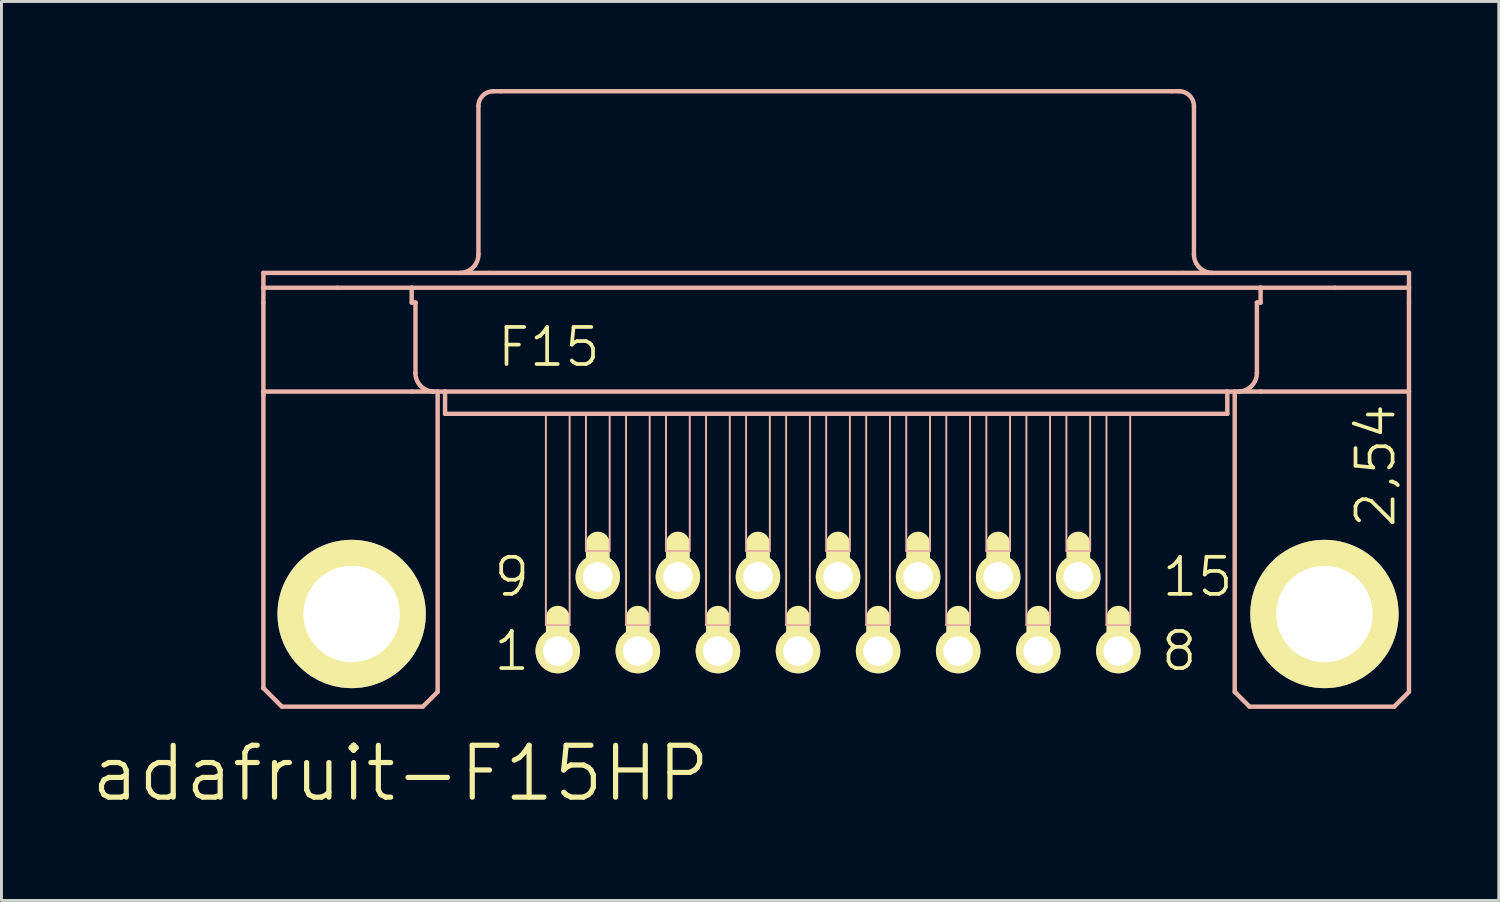
<source format=kicad_pcb>
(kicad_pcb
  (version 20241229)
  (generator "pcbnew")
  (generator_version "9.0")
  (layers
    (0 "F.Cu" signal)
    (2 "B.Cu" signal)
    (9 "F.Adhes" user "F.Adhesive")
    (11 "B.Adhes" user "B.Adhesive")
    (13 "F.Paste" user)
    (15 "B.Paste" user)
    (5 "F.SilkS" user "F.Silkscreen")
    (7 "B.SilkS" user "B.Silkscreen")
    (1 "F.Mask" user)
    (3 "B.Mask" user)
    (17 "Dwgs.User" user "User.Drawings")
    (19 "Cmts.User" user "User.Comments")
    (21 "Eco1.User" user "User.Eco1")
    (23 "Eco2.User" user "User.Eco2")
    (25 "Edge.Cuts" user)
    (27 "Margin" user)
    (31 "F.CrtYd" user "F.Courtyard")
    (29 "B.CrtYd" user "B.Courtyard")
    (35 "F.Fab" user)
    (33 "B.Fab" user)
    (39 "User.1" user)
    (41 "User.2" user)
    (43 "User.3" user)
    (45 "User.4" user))
  (footprint "adafruit-F15HP"
    (layer "F.Cu")
    (at 25.658 17.983)
    (property "Reference" "adafruit-F15HP" (at -14.986 5.461 0) (layer "F.SilkS") (effects (font (size 1.778 1.778) (thickness 0.178))))
    (attr exclude_from_pos_files exclude_from_bom)
    (fp_line (start -9.601 1.143) (end -9.601 0.127) (stroke (width 0.813) (type solid)) (layer "F.SilkS"))
    (fp_line (start -8.23 -1.397) (end -8.23 -2.413) (stroke (width 0.813) (type solid)) (layer "F.SilkS"))
    (fp_line (start -6.858 1.143) (end -6.858 0.127) (stroke (width 0.813) (type solid)) (layer "F.SilkS"))
    (fp_line (start -5.486 -1.397) (end -5.486 -2.413) (stroke (width 0.813) (type solid)) (layer "F.SilkS"))
    (fp_line (start -4.115 1.143) (end -4.115 0.127) (stroke (width 0.813) (type solid)) (layer "F.SilkS"))
    (fp_line (start -2.743 -1.397) (end -2.743 -2.413) (stroke (width 0.813) (type solid)) (layer "F.SilkS"))
    (fp_line (start -1.372 1.143) (end -1.372 0.127) (stroke (width 0.813) (type solid)) (layer "F.SilkS"))
    (fp_line (start 0 -1.397) (end 0 -2.413) (stroke (width 0.813) (type solid)) (layer "F.SilkS"))
    (fp_line (start 1.372 1.143) (end 1.372 0.127) (stroke (width 0.813) (type solid)) (layer "F.SilkS"))
    (fp_line (start 2.743 -1.397) (end 2.743 -2.413) (stroke (width 0.813) (type solid)) (layer "F.SilkS"))
    (fp_line (start 4.115 1.143) (end 4.115 0.127) (stroke (width 0.813) (type solid)) (layer "F.SilkS"))
    (fp_line (start 5.486 -1.397) (end 5.486 -2.413) (stroke (width 0.813) (type solid)) (layer "F.SilkS"))
    (fp_line (start 6.858 1.143) (end 6.858 0.127) (stroke (width 0.813) (type solid)) (layer "F.SilkS"))
    (fp_line (start 8.23 -1.397) (end 8.23 -2.413) (stroke (width 0.813) (type solid)) (layer "F.SilkS"))
    (fp_line (start 9.601 1.143) (end 9.601 0.127) (stroke (width 0.813) (type solid)) (layer "F.SilkS"))
    (fp_line (start -19.685 -11.684) (end -11.938 -11.684) (stroke (width 0.152) (type solid)) (layer "B.SilkS"))
    (fp_line (start -19.685 -11.684) (end 19.558 -11.684) (stroke (width 0.066) (type solid)) (layer "B.SilkS"))
    (fp_line (start -19.685 -11.176) (end -19.685 -11.684) (stroke (width 0.066) (type solid)) (layer "B.SilkS"))
    (fp_line (start -19.685 -11.176) (end -19.685 -11.684) (stroke (width 0.152) (type solid)) (layer "B.SilkS"))
    (fp_line (start -19.685 -11.176) (end -17.145 -11.176) (stroke (width 0.152) (type solid)) (layer "B.SilkS"))
    (fp_line (start -19.685 -11.176) (end 19.558 -11.176) (stroke (width 0.066) (type solid)) (layer "B.SilkS"))
    (fp_line (start -19.685 -10.668) (end -19.685 -11.176) (stroke (width 0.152) (type solid)) (layer "B.SilkS"))
    (fp_line (start -19.685 -7.62) (end -19.685 -10.668) (stroke (width 0.152) (type solid)) (layer "B.SilkS"))
    (fp_line (start -19.685 -7.62) (end -19.685 -7.493) (stroke (width 0.152) (type solid)) (layer "B.SilkS"))
    (fp_line (start -19.685 -7.62) (end -14.605 -7.62) (stroke (width 0.152) (type solid)) (layer "B.SilkS"))
    (fp_line (start -19.685 2.54) (end -19.685 -7.493) (stroke (width 0.152) (type solid)) (layer "B.SilkS"))
    (fp_line (start -19.05 3.175) (end -19.685 2.54) (stroke (width 0.152) (type solid)) (layer "B.SilkS"))
    (fp_line (start -17.145 -11.176) (end -14.605 -11.176) (stroke (width 0.152) (type solid)) (layer "B.SilkS"))
    (fp_line (start -14.605 -11.176) (end 14.475 -11.176) (stroke (width 0.152) (type solid)) (layer "B.SilkS"))
    (fp_line (start -14.605 -10.668) (end -14.605 -11.176) (stroke (width 0.152) (type solid)) (layer "B.SilkS"))
    (fp_line (start -14.605 -10.668) (end -14.475 -10.668) (stroke (width 0.152) (type solid)) (layer "B.SilkS"))
    (fp_line (start -14.605 -7.62) (end -13.716 -7.62) (stroke (width 0.152) (type solid)) (layer "B.SilkS"))
    (fp_line (start -14.475 -8.255) (end -14.475 -10.668) (stroke (width 0.152) (type solid)) (layer "B.SilkS"))
    (fp_line (start -14.224 3.175) (end -19.05 3.175) (stroke (width 0.152) (type solid)) (layer "B.SilkS"))
    (fp_line (start -14.224 3.175) (end -13.716 2.667) (stroke (width 0.152) (type solid)) (layer "B.SilkS"))
    (fp_line (start -13.716 -7.62) (end -13.462 -7.62) (stroke (width 0.152) (type solid)) (layer "B.SilkS"))
    (fp_line (start -13.716 2.667) (end -13.716 -7.62) (stroke (width 0.152) (type solid)) (layer "B.SilkS"))
    (fp_line (start -13.462 -7.62) (end -13.462 -6.858) (stroke (width 0.152) (type solid)) (layer "B.SilkS"))
    (fp_line (start -13.462 -7.62) (end 13.335 -7.62) (stroke (width 0.066) (type solid)) (layer "B.SilkS"))
    (fp_line (start -13.462 -7.62) (end 13.335 -7.62) (stroke (width 0.152) (type solid)) (layer "B.SilkS"))
    (fp_line (start -13.462 -6.858) (end -13.462 -7.62) (stroke (width 0.066) (type solid)) (layer "B.SilkS"))
    (fp_line (start -13.462 -6.858) (end 13.335 -6.858) (stroke (width 0.066) (type solid)) (layer "B.SilkS"))
    (fp_line (start -13.462 -6.858) (end 13.335 -6.858) (stroke (width 0.152) (type solid)) (layer "B.SilkS"))
    (fp_line (start -12.319 -12.319) (end -12.319 -17.399) (stroke (width 0.152) (type solid)) (layer "B.SilkS"))
    (fp_line (start -11.938 -11.684) (end 11.811 -11.684) (stroke (width 0.152) (type solid)) (layer "B.SilkS"))
    (fp_line (start -11.811 -17.907) (end -11.557 -17.907) (stroke (width 0.152) (type solid)) (layer "B.SilkS"))
    (fp_line (start -11.557 -17.907) (end 11.43 -17.907) (stroke (width 0.152) (type solid)) (layer "B.SilkS"))
    (fp_line (start -10.008 -6.858) (end -9.195 -6.858) (stroke (width 0.066) (type solid)) (layer "B.SilkS"))
    (fp_line (start -10.008 0.381) (end -10.008 -6.858) (stroke (width 0.066) (type solid)) (layer "B.SilkS"))
    (fp_line (start -10.008 0.381) (end -9.195 0.381) (stroke (width 0.066) (type solid)) (layer "B.SilkS"))
    (fp_line (start -9.195 0.381) (end -9.195 -6.858) (stroke (width 0.066) (type solid)) (layer "B.SilkS"))
    (fp_line (start -8.636 -6.858) (end -7.823 -6.858) (stroke (width 0.066) (type solid)) (layer "B.SilkS"))
    (fp_line (start -8.636 -2.159) (end -8.636 -6.858) (stroke (width 0.066) (type solid)) (layer "B.SilkS"))
    (fp_line (start -8.636 -2.159) (end -7.823 -2.159) (stroke (width 0.066) (type solid)) (layer "B.SilkS"))
    (fp_line (start -7.823 -2.159) (end -7.823 -6.858) (stroke (width 0.066) (type solid)) (layer "B.SilkS"))
    (fp_line (start -7.262 -6.858) (end -6.452 -6.858) (stroke (width 0.066) (type solid)) (layer "B.SilkS"))
    (fp_line (start -7.262 0.381) (end -7.262 -6.858) (stroke (width 0.066) (type solid)) (layer "B.SilkS"))
    (fp_line (start -7.262 0.381) (end -6.452 0.381) (stroke (width 0.066) (type solid)) (layer "B.SilkS"))
    (fp_line (start -6.452 0.381) (end -6.452 -6.858) (stroke (width 0.066) (type solid)) (layer "B.SilkS"))
    (fp_line (start -5.893 -6.858) (end -5.08 -6.858) (stroke (width 0.066) (type solid)) (layer "B.SilkS"))
    (fp_line (start -5.893 -2.159) (end -5.893 -6.858) (stroke (width 0.066) (type solid)) (layer "B.SilkS"))
    (fp_line (start -5.893 -2.159) (end -5.08 -2.159) (stroke (width 0.066) (type solid)) (layer "B.SilkS"))
    (fp_line (start -5.08 -2.159) (end -5.08 -6.858) (stroke (width 0.066) (type solid)) (layer "B.SilkS"))
    (fp_line (start -4.521 -6.858) (end -3.708 -6.858) (stroke (width 0.066) (type solid)) (layer "B.SilkS"))
    (fp_line (start -4.521 0.381) (end -4.521 -6.858) (stroke (width 0.066) (type solid)) (layer "B.SilkS"))
    (fp_line (start -4.521 0.381) (end -3.708 0.381) (stroke (width 0.066) (type solid)) (layer "B.SilkS"))
    (fp_line (start -3.708 0.381) (end -3.708 -6.858) (stroke (width 0.066) (type solid)) (layer "B.SilkS"))
    (fp_line (start -3.15 -6.858) (end -2.337 -6.858) (stroke (width 0.066) (type solid)) (layer "B.SilkS"))
    (fp_line (start -3.15 -2.159) (end -3.15 -6.858) (stroke (width 0.066) (type solid)) (layer "B.SilkS"))
    (fp_line (start -3.15 -2.159) (end -2.337 -2.159) (stroke (width 0.066) (type solid)) (layer "B.SilkS"))
    (fp_line (start -2.337 -2.159) (end -2.337 -6.858) (stroke (width 0.066) (type solid)) (layer "B.SilkS"))
    (fp_line (start -1.778 -6.858) (end -0.965 -6.858) (stroke (width 0.066) (type solid)) (layer "B.SilkS"))
    (fp_line (start -1.778 0.381) (end -1.778 -6.858) (stroke (width 0.066) (type solid)) (layer "B.SilkS"))
    (fp_line (start -1.778 0.381) (end -0.965 0.381) (stroke (width 0.066) (type solid)) (layer "B.SilkS"))
    (fp_line (start -0.965 0.381) (end -0.965 -6.858) (stroke (width 0.066) (type solid)) (layer "B.SilkS"))
    (fp_line (start -0.406 -6.858) (end 0.406 -6.858) (stroke (width 0.066) (type solid)) (layer "B.SilkS"))
    (fp_line (start -0.406 -2.159) (end -0.406 -6.858) (stroke (width 0.066) (type solid)) (layer "B.SilkS"))
    (fp_line (start -0.406 -2.159) (end 0.406 -2.159) (stroke (width 0.066) (type solid)) (layer "B.SilkS"))
    (fp_line (start 0.406 -2.159) (end 0.406 -6.858) (stroke (width 0.066) (type solid)) (layer "B.SilkS"))
    (fp_line (start 0.965 -6.858) (end 1.778 -6.858) (stroke (width 0.066) (type solid)) (layer "B.SilkS"))
    (fp_line (start 0.965 0.381) (end 0.965 -6.858) (stroke (width 0.066) (type solid)) (layer "B.SilkS"))
    (fp_line (start 0.965 0.381) (end 1.778 0.381) (stroke (width 0.066) (type solid)) (layer "B.SilkS"))
    (fp_line (start 1.778 0.381) (end 1.778 -6.858) (stroke (width 0.066) (type solid)) (layer "B.SilkS"))
    (fp_line (start 2.337 -6.858) (end 3.15 -6.858) (stroke (width 0.066) (type solid)) (layer "B.SilkS"))
    (fp_line (start 2.337 -2.159) (end 2.337 -6.858) (stroke (width 0.066) (type solid)) (layer "B.SilkS"))
    (fp_line (start 2.337 -2.159) (end 3.15 -2.159) (stroke (width 0.066) (type solid)) (layer "B.SilkS"))
    (fp_line (start 3.15 -2.159) (end 3.15 -6.858) (stroke (width 0.066) (type solid)) (layer "B.SilkS"))
    (fp_line (start 3.708 -6.858) (end 4.521 -6.858) (stroke (width 0.066) (type solid)) (layer "B.SilkS"))
    (fp_line (start 3.708 0.381) (end 3.708 -6.858) (stroke (width 0.066) (type solid)) (layer "B.SilkS"))
    (fp_line (start 3.708 0.381) (end 4.521 0.381) (stroke (width 0.066) (type solid)) (layer "B.SilkS"))
    (fp_line (start 4.521 0.381) (end 4.521 -6.858) (stroke (width 0.066) (type solid)) (layer "B.SilkS"))
    (fp_line (start 5.08 -6.858) (end 5.893 -6.858) (stroke (width 0.066) (type solid)) (layer "B.SilkS"))
    (fp_line (start 5.08 -2.159) (end 5.08 -6.858) (stroke (width 0.066) (type solid)) (layer "B.SilkS"))
    (fp_line (start 5.08 -2.159) (end 5.893 -2.159) (stroke (width 0.066) (type solid)) (layer "B.SilkS"))
    (fp_line (start 5.893 -2.159) (end 5.893 -6.858) (stroke (width 0.066) (type solid)) (layer "B.SilkS"))
    (fp_line (start 6.452 -6.858) (end 7.262 -6.858) (stroke (width 0.066) (type solid)) (layer "B.SilkS"))
    (fp_line (start 6.452 0.381) (end 6.452 -6.858) (stroke (width 0.066) (type solid)) (layer "B.SilkS"))
    (fp_line (start 6.452 0.381) (end 7.262 0.381) (stroke (width 0.066) (type solid)) (layer "B.SilkS"))
    (fp_line (start 7.262 0.381) (end 7.262 -6.858) (stroke (width 0.066) (type solid)) (layer "B.SilkS"))
    (fp_line (start 7.823 -6.858) (end 8.636 -6.858) (stroke (width 0.066) (type solid)) (layer "B.SilkS"))
    (fp_line (start 7.823 -2.159) (end 7.823 -6.858) (stroke (width 0.066) (type solid)) (layer "B.SilkS"))
    (fp_line (start 7.823 -2.159) (end 8.636 -2.159) (stroke (width 0.066) (type solid)) (layer "B.SilkS"))
    (fp_line (start 8.636 -2.159) (end 8.636 -6.858) (stroke (width 0.066) (type solid)) (layer "B.SilkS"))
    (fp_line (start 9.195 -6.858) (end 10.008 -6.858) (stroke (width 0.066) (type solid)) (layer "B.SilkS"))
    (fp_line (start 9.195 0.381) (end 9.195 -6.858) (stroke (width 0.066) (type solid)) (layer "B.SilkS"))
    (fp_line (start 9.195 0.381) (end 10.008 0.381) (stroke (width 0.066) (type solid)) (layer "B.SilkS"))
    (fp_line (start 10.008 0.381) (end 10.008 -6.858) (stroke (width 0.066) (type solid)) (layer "B.SilkS"))
    (fp_line (start 11.43 -17.907) (end 11.684 -17.907) (stroke (width 0.152) (type solid)) (layer "B.SilkS"))
    (fp_line (start 11.811 -11.684) (end 19.558 -11.684) (stroke (width 0.152) (type solid)) (layer "B.SilkS"))
    (fp_line (start 12.192 -12.319) (end 12.192 -17.399) (stroke (width 0.152) (type solid)) (layer "B.SilkS"))
    (fp_line (start 13.335 -7.62) (end 13.335 -6.858) (stroke (width 0.152) (type solid)) (layer "B.SilkS"))
    (fp_line (start 13.335 -7.62) (end 13.589 -7.62) (stroke (width 0.152) (type solid)) (layer "B.SilkS"))
    (fp_line (start 13.335 -6.858) (end 13.335 -7.62) (stroke (width 0.066) (type solid)) (layer "B.SilkS"))
    (fp_line (start 13.589 -7.62) (end 14.475 -7.62) (stroke (width 0.152) (type solid)) (layer "B.SilkS"))
    (fp_line (start 13.589 2.667) (end 13.589 -7.62) (stroke (width 0.152) (type solid)) (layer "B.SilkS"))
    (fp_line (start 13.589 2.667) (end 14.097 3.175) (stroke (width 0.152) (type solid)) (layer "B.SilkS"))
    (fp_line (start 14.097 3.175) (end 19.05 3.175) (stroke (width 0.152) (type solid)) (layer "B.SilkS"))
    (fp_line (start 14.348 -10.668) (end 14.475 -10.668) (stroke (width 0.152) (type solid)) (layer "B.SilkS"))
    (fp_line (start 14.348 -8.255) (end 14.348 -10.668) (stroke (width 0.152) (type solid)) (layer "B.SilkS"))
    (fp_line (start 14.475 -11.176) (end 17.018 -11.176) (stroke (width 0.152) (type solid)) (layer "B.SilkS"))
    (fp_line (start 14.475 -10.668) (end 14.475 -11.176) (stroke (width 0.152) (type solid)) (layer "B.SilkS"))
    (fp_line (start 14.475 -7.62) (end 19.558 -7.62) (stroke (width 0.152) (type solid)) (layer "B.SilkS"))
    (fp_line (start 17.018 -11.176) (end 19.558 -11.176) (stroke (width 0.152) (type solid)) (layer "B.SilkS"))
    (fp_line (start 19.05 3.175) (end 19.558 2.667) (stroke (width 0.152) (type solid)) (layer "B.SilkS"))
    (fp_line (start 19.558 -11.684) (end 19.558 -11.176) (stroke (width 0.152) (type solid)) (layer "B.SilkS"))
    (fp_line (start 19.558 -11.176) (end 19.558 -11.684) (stroke (width 0.066) (type solid)) (layer "B.SilkS"))
    (fp_line (start 19.558 -11.176) (end 19.558 -10.668) (stroke (width 0.152) (type solid)) (layer "B.SilkS"))
    (fp_line (start 19.558 -10.668) (end 19.558 -7.62) (stroke (width 0.152) (type solid)) (layer "B.SilkS"))
    (fp_line (start 19.558 -7.62) (end 19.558 -7.493) (stroke (width 0.152) (type solid)) (layer "B.SilkS"))
    (fp_line (start 19.558 2.667) (end 19.558 -7.493) (stroke (width 0.152) (type solid)) (layer "B.SilkS"))
    (fp_arc (start -13.843 -7.62) (mid -14.292013 -7.805987) (end -14.478 -8.255) (stroke (width 0.1524) (type solid)) (layer "B.SilkS"))
    (fp_arc (start -12.319 -17.399) (mid -12.17021 -17.75821) (end -11.811 -17.907) (stroke (width 0.1524) (type solid)) (layer "B.SilkS"))
    (fp_arc (start -12.319 -12.319) (mid -12.504987 -11.869987) (end -12.954 -11.684) (stroke (width 0.1524) (type solid)) (layer "B.SilkS"))
    (fp_arc (start 11.684 -17.907) (mid 12.04321 -17.75821) (end 12.192 -17.399) (stroke (width 0.1524) (type solid)) (layer "B.SilkS"))
    (fp_arc (start 12.827 -11.684) (mid 12.377987 -11.869987) (end 12.192 -12.319) (stroke (width 0.1524) (type solid)) (layer "B.SilkS"))
    (fp_arc (start 14.34846 -8.255) (mid 14.163217 -7.807783) (end 13.716 -7.62254) (stroke (width 0.1524) (type solid)) (layer "B.SilkS"))
    (fp_circle (center -16.662 0) (end -17.488 0.826) (stroke (width 0.076) (type solid)) (fill no) (layer "B.SilkS"))
    (fp_circle (center 16.662 0) (end 17.488 0.826) (stroke (width 0.076) (type solid)) (fill no) (layer "B.SilkS"))
    (fp_text user "9" (at -11.176 -1.27 0) (layer "F.SilkS") (effects (font (size 1.27 1.27) (thickness 0.127))))
    (fp_text user "F15" (at -9.906 -9.144 0) (layer "F.SilkS") (effects (font (size 1.27 1.27) (thickness 0.127))))
    (fp_text user "1" (at -11.176 1.27 0) (layer "F.SilkS") (effects (font (size 1.27 1.27) (thickness 0.127))))
    (fp_text user "15" (at 12.319 -1.27 0) (layer "F.SilkS") (effects (font (size 1.27 1.27) (thickness 0.127))))
    (fp_text user "8" (at 11.684 1.27 0) (layer "F.SilkS") (effects (font (size 1.27 1.27) (thickness 0.127))))
    (fp_text user "2,54" (at 18.415 -5.08 90) (layer "F.SilkS") (effects (font (size 1.27 1.27) (thickness 0.127))))
    (pad "1" thru_hole circle (at -9.601 1.27) (size 1.524 1.524) (drill 1.016) (layers "*.Cu" "F.Mask" "F.SilkS" "F.Paste"))
    (pad "2" thru_hole circle (at -6.858 1.27) (size 1.524 1.524) (drill 1.016) (layers "*.Cu" "F.Mask" "F.SilkS" "F.Paste"))
    (pad "3" thru_hole circle (at -4.115 1.27) (size 1.524 1.524) (drill 1.016) (layers "*.Cu" "F.Mask" "F.SilkS" "F.Paste"))
    (pad "4" thru_hole circle (at -1.372 1.27) (size 1.524 1.524) (drill 1.016) (layers "*.Cu" "F.Mask" "F.SilkS" "F.Paste"))
    (pad "5" thru_hole circle (at 1.372 1.27) (size 1.524 1.524) (drill 1.016) (layers "*.Cu" "F.Mask" "F.SilkS" "F.Paste"))
    (pad "6" thru_hole circle (at 4.115 1.27) (size 1.524 1.524) (drill 1.016) (layers "*.Cu" "F.Mask" "F.SilkS" "F.Paste"))
    (pad "7" thru_hole circle (at 6.858 1.27) (size 1.524 1.524) (drill 1.016) (layers "*.Cu" "F.Mask" "F.SilkS" "F.Paste"))
    (pad "8" thru_hole circle (at 9.601 1.27) (size 1.524 1.524) (drill 1.016) (layers "*.Cu" "F.Mask" "F.SilkS" "F.Paste"))
    (pad "9" thru_hole circle (at -8.23 -1.27) (size 1.524 1.524) (drill 1.016) (layers "*.Cu" "F.Mask" "F.SilkS" "F.Paste"))
    (pad "10" thru_hole circle (at -5.486 -1.27) (size 1.524 1.524) (drill 1.016) (layers "*.Cu" "F.Mask" "F.SilkS" "F.Paste"))
    (pad "11" thru_hole circle (at -2.743 -1.27) (size 1.524 1.524) (drill 1.016) (layers "*.Cu" "F.Mask" "F.SilkS" "F.Paste"))
    (pad "12" thru_hole circle (at 0 -1.27) (size 1.524 1.524) (drill 1.016) (layers "*.Cu" "F.Mask" "F.SilkS" "F.Paste"))
    (pad "13" thru_hole circle (at 2.743 -1.27) (size 1.524 1.524) (drill 1.016) (layers "*.Cu" "F.Mask" "F.SilkS" "F.Paste"))
    (pad "14" thru_hole circle (at 5.486 -1.27) (size 1.524 1.524) (drill 1.016) (layers "*.Cu" "F.Mask" "F.SilkS" "F.Paste"))
    (pad "15" thru_hole circle (at 8.23 -1.27) (size 1.524 1.524) (drill 1.016) (layers "*.Cu" "F.Mask" "F.SilkS" "F.Paste"))
    (pad "G1" thru_hole circle (at -16.662 0) (size 5.08 5.08) (drill 3.302) (layers "*.Cu" "F.Mask" "F.SilkS" "F.Paste"))
    (pad "G2" thru_hole circle (at 16.662 0) (size 5.08 5.08) (drill 3.302) (layers "*.Cu" "F.Mask" "F.SilkS" "F.Paste")))
  (gr_rect
    (start -3 -3)
    (end 48.292 27.796)
    (stroke (width 0.1) (type default))
    (fill no)
    (layer "Edge.Cuts")))
</source>
